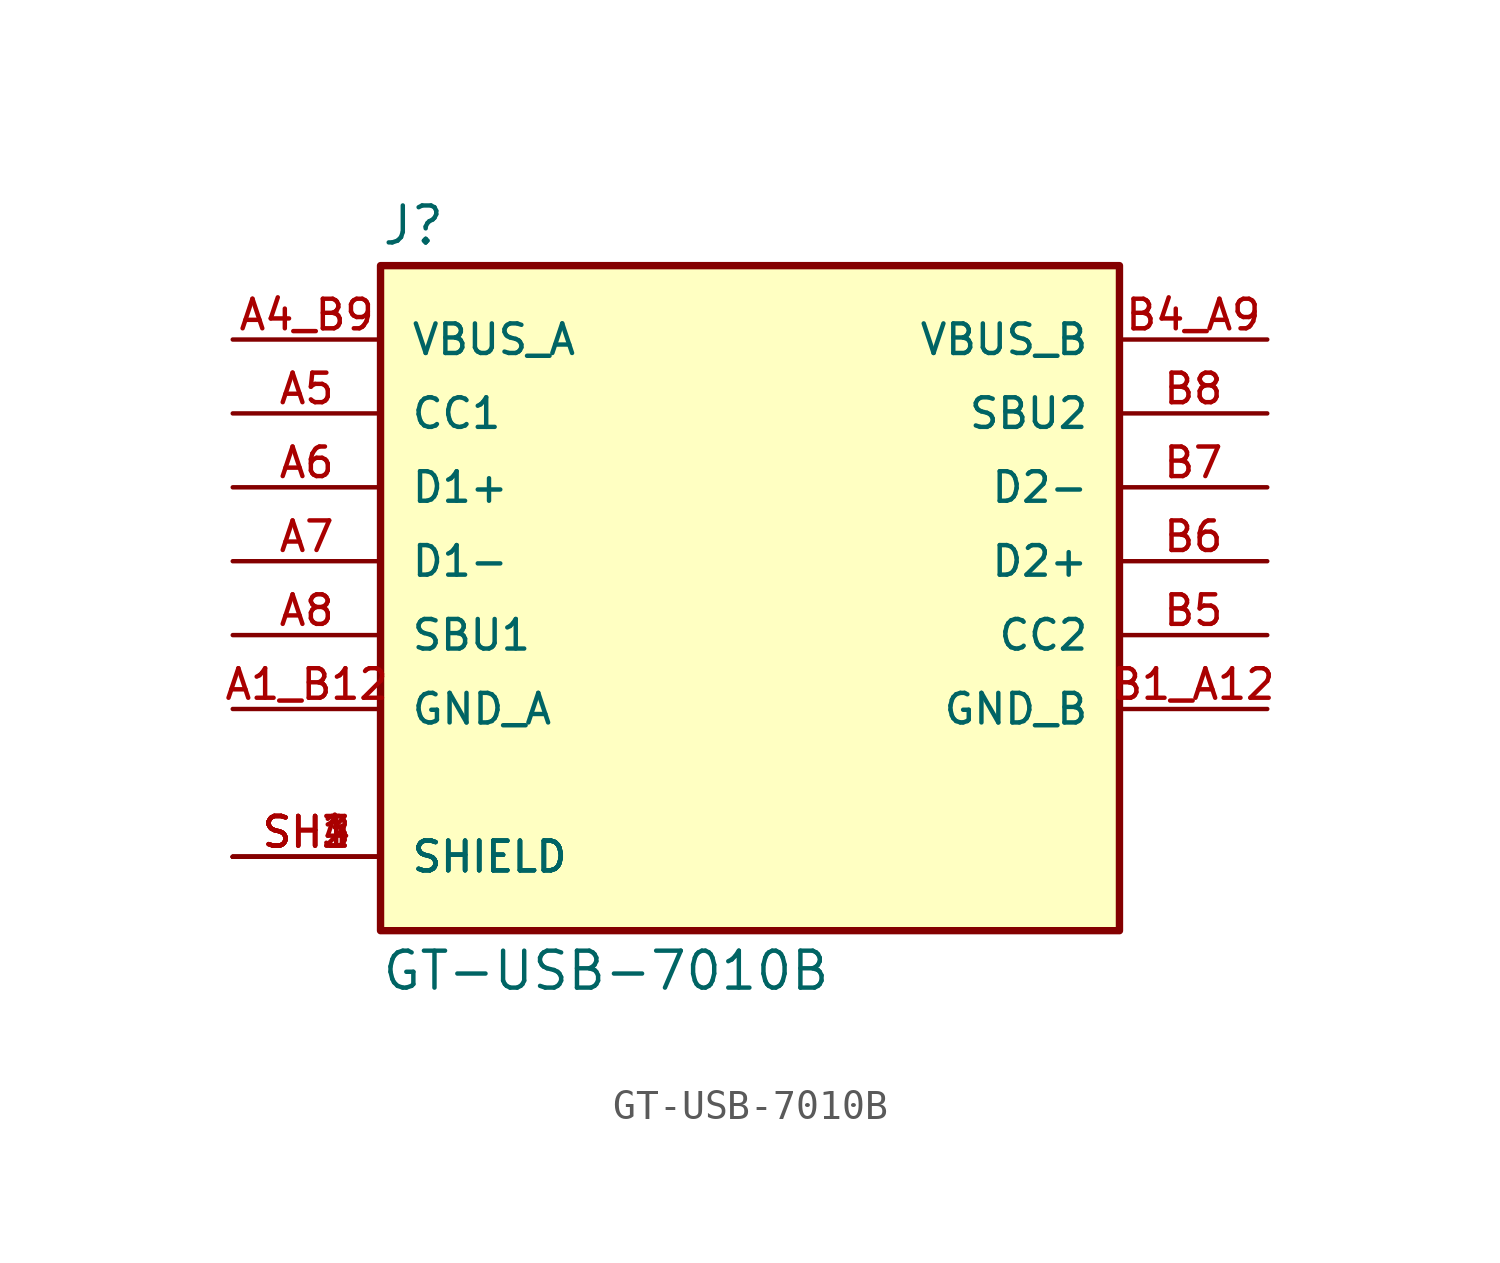
<source format=kicad_sym>
(kicad_symbol_lib
  (version 20211014)
  (generator kicad_symbol_editor)
  (symbol "GT-USB-7010B"
    (pin_names
      (offset 1.016))
    (property "Reference" "J"
      (at -12.7 10.795 0)
      (effects (font (size 1.27 1.27)) (justify bottom left)))
    (property "Value" "GT-USB-7010B"
      (at -12.7 -13.335 0.0)
      (effects (font (size 1.27 1.27)) (justify top left)))
    (symbol "GT-USB-7010B_0_0"
      (rectangle (start -12.7 -12.7) (end 12.7 10.16) (stroke (width 0.254)) (fill (type background)))
      (pin power_in line (at -17.78 -5.08 0) (length 5.08) (name "GND_A" (effects (font (size 1.016 1.016)))) (number "A1_B12" (effects (font (size 1.016 1.016)))))
      (pin power_in line (at -17.78 7.62 0) (length 5.08) (name "VBUS_A" (effects (font (size 1.016 1.016)))) (number "A4_B9" (effects (font (size 1.016 1.016)))))
      (pin bidirectional line (at -17.78 2.54 0) (length 5.08) (name "D1+" (effects (font (size 1.016 1.016)))) (number "A6" (effects (font (size 1.016 1.016)))))
      (pin bidirectional line (at -17.78 5.08 0) (length 5.08) (name "CC1" (effects (font (size 1.016 1.016)))) (number "A5" (effects (font (size 1.016 1.016)))))
      (pin bidirectional line (at -17.78 -2.54 0) (length 5.08) (name "SBU1" (effects (font (size 1.016 1.016)))) (number "A8" (effects (font (size 1.016 1.016)))))
      (pin bidirectional line (at -17.78 0.0 0) (length 5.08) (name "D1-" (effects (font (size 1.016 1.016)))) (number "A7" (effects (font (size 1.016 1.016)))))
      (pin passive line (at -17.78 -10.16 0) (length 5.08) (name "SHIELD" (effects (font (size 1.016 1.016)))) (number "SH1" (effects (font (size 1.016 1.016)))))
      (pin passive line (at -17.78 -10.16 0) (length 5.08) (name "SHIELD" (effects (font (size 1.016 1.016)))) (number "SH2" (effects (font (size 1.016 1.016)))))
      (pin passive line (at -17.78 -10.16 0) (length 5.08) (name "SHIELD" (effects (font (size 1.016 1.016)))) (number "SH3" (effects (font (size 1.016 1.016)))))
      (pin passive line (at -17.78 -10.16 0) (length 5.08) (name "SHIELD" (effects (font (size 1.016 1.016)))) (number "SH4" (effects (font (size 1.016 1.016)))))
      (pin power_in line (at 17.78 -5.08 180.0) (length 5.08) (name "GND_B" (effects (font (size 1.016 1.016)))) (number "B1_A12" (effects (font (size 1.016 1.016)))))
      (pin power_in line (at 17.78 7.62 180.0) (length 5.08) (name "VBUS_B" (effects (font (size 1.016 1.016)))) (number "B4_A9" (effects (font (size 1.016 1.016)))))
      (pin bidirectional line (at 17.78 0.0 180.0) (length 5.08) (name "D2+" (effects (font (size 1.016 1.016)))) (number "B6" (effects (font (size 1.016 1.016)))))
      (pin bidirectional line (at 17.78 -2.54 180.0) (length 5.08) (name "CC2" (effects (font (size 1.016 1.016)))) (number "B5" (effects (font (size 1.016 1.016)))))
      (pin bidirectional line (at 17.78 5.08 180.0) (length 5.08) (name "SBU2" (effects (font (size 1.016 1.016)))) (number "B8" (effects (font (size 1.016 1.016)))))
      (pin bidirectional line (at 17.78 2.54 180.0) (length 5.08) (name "D2-" (effects (font (size 1.016 1.016)))) (number "B7" (effects (font (size 1.016 1.016))))))))
</source>
